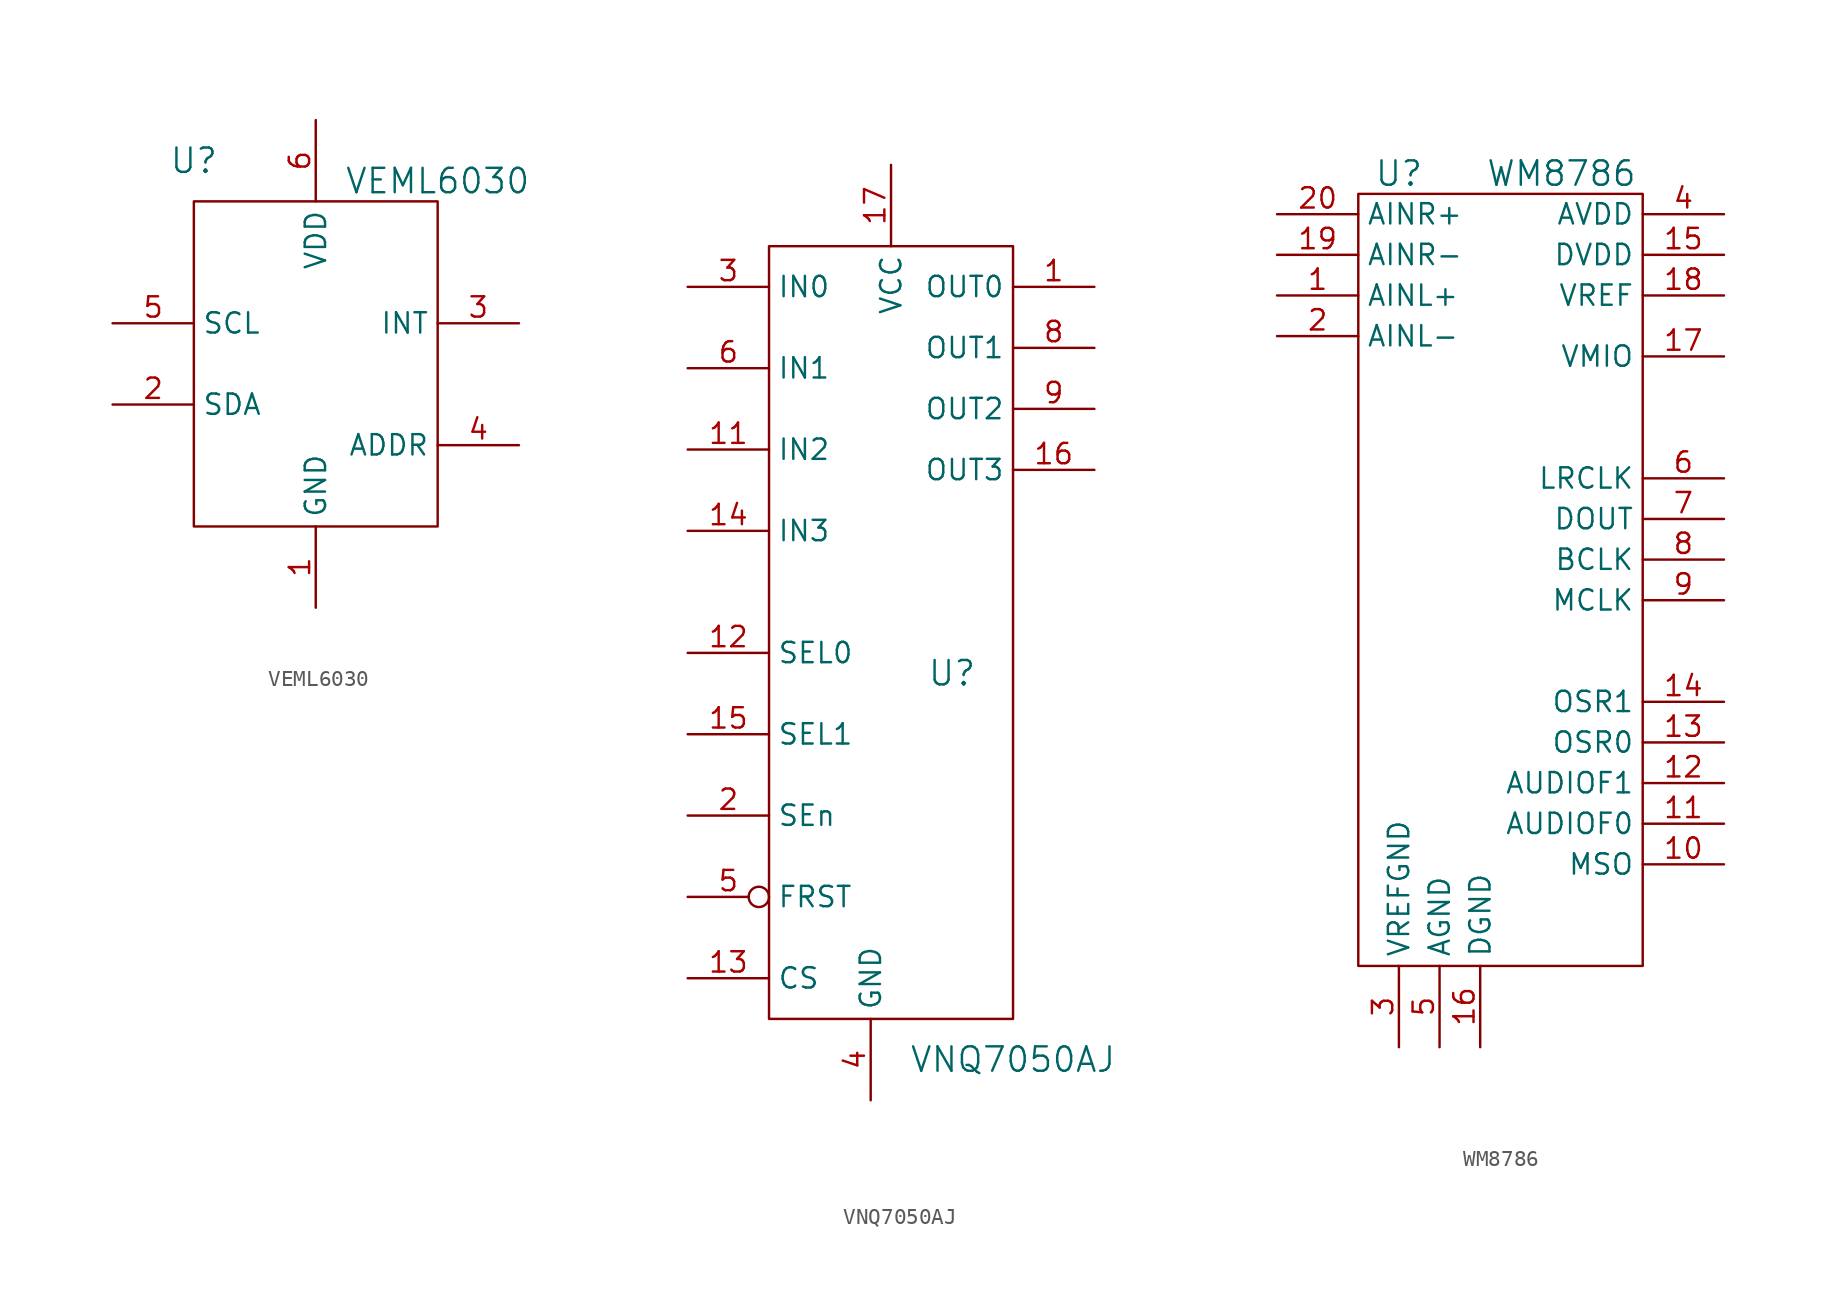
<source format=kicad_sym>
(kicad_symbol_lib
  (version 20220914)
  (generator kicad_symbol_editor)
  (symbol "VEML6030"
    (property "Reference" "U"
      (at -7.62 15.24 0)
      (effects (font (size 1.524 1.524))))
    (property "Value" "VEML6030"
      (at 7.62 13.97 0)
      (effects (font (size 1.524 1.524))))
    (property "Footprint" ""
      (at 0 0 0)
      (effects (font (size 1.524 1.524))))
    (property "Datasheet" ""
      (at 0 0 0)
      (effects (font (size 1.524 1.524))))
    (symbol "VEML6030_0_1"
      (rectangle (start -7.62 12.7) (end 7.62 -7.62) (stroke (width 0) (type default)) (fill (type none))))
    (symbol "VEML6030_1_1"
      (pin unspecified line (at 0 -12.7 90) (length 5.08) (name "GND" (effects (font (size 1.27 1.27)))) (number "1" (effects (font (size 1.27 1.27)))))
      (pin unspecified line (at -12.7 0 0) (length 5.08) (name "SDA" (effects (font (size 1.27 1.27)))) (number "2" (effects (font (size 1.27 1.27)))))
      (pin unspecified line (at 12.7 5.08 180) (length 5.08) (name "INT" (effects (font (size 1.27 1.27)))) (number "3" (effects (font (size 1.27 1.27)))))
      (pin unspecified line (at 12.7 -2.54 180) (length 5.08) (name "ADDR" (effects (font (size 1.27 1.27)))) (number "4" (effects (font (size 1.27 1.27)))))
      (pin unspecified line (at -12.7 5.08 0) (length 5.08) (name "SCL" (effects (font (size 1.27 1.27)))) (number "5" (effects (font (size 1.27 1.27)))))
      (pin unspecified line (at 0 17.78 270) (length 5.08) (name "VDD" (effects (font (size 1.27 1.27)))) (number "6" (effects (font (size 1.27 1.27)))))))
  (symbol "VNQ7050AJ"
    (property "Reference" "U"
      (at 3.81 0 0)
      (effects (font (size 1.524 1.524))))
    (property "Value" "VNQ7050AJ"
      (at 7.62 -24.13 0)
      (effects (font (size 1.524 1.524))))
    (symbol "VNQ7050AJ_0_1"
      (rectangle (start -7.62 26.67) (end 7.62 -21.59) (stroke (width 0) (type default)) (fill (type none))))
    (symbol "VNQ7050AJ_1_1"
      (pin unspecified line (at 12.7 24.13 180) (length 5.08) (name "OUT0" (effects (font (size 1.27 1.27)))) (number "1" (effects (font (size 1.27 1.27)))))
      (pin unspecified line (at -12.7 13.97 0) (length 5.08) (name "IN2" (effects (font (size 1.27 1.27)))) (number "11" (effects (font (size 1.27 1.27)))))
      (pin unspecified line (at -12.7 1.27 0) (length 5.08) (name "SEL0" (effects (font (size 1.27 1.27)))) (number "12" (effects (font (size 1.27 1.27)))))
      (pin unspecified line (at -12.7 -19.05 0) (length 5.08) (name "CS" (effects (font (size 1.27 1.27)))) (number "13" (effects (font (size 1.27 1.27)))))
      (pin unspecified line (at -12.7 8.89 0) (length 5.08) (name "IN3" (effects (font (size 1.27 1.27)))) (number "14" (effects (font (size 1.27 1.27)))))
      (pin unspecified line (at -12.7 -3.81 0) (length 5.08) (name "SEL1" (effects (font (size 1.27 1.27)))) (number "15" (effects (font (size 1.27 1.27)))))
      (pin unspecified line (at 12.7 12.7 180) (length 5.08) (name "OUT3" (effects (font (size 1.27 1.27)))) (number "16" (effects (font (size 1.27 1.27)))))
      (pin unspecified line (at 0 31.75 270) (length 5.08) (name "VCC" (effects (font (size 1.27 1.27)))) (number "17" (effects (font (size 1.27 1.27)))))
      (pin unspecified line (at -12.7 -8.89 0) (length 5.08) (name "SEn" (effects (font (size 1.27 1.27)))) (number "2" (effects (font (size 1.27 1.27)))))
      (pin unspecified line (at -12.7 24.13 0) (length 5.08) (name "IN0" (effects (font (size 1.27 1.27)))) (number "3" (effects (font (size 1.27 1.27)))))
      (pin unspecified line (at -1.27 -26.67 90) (length 5.08) (name "GND" (effects (font (size 1.27 1.27)))) (number "4" (effects (font (size 1.27 1.27)))))
      (pin unspecified inverted (at -12.7 -13.97 0) (length 5.08) (name "FRST" (effects (font (size 1.27 1.27)))) (number "5" (effects (font (size 1.27 1.27)))))
      (pin unspecified line (at -12.7 19.05 0) (length 5.08) (name "IN1" (effects (font (size 1.27 1.27)))) (number "6" (effects (font (size 1.27 1.27)))))
      (pin unspecified line (at 12.7 20.32 180) (length 5.08) (name "OUT1" (effects (font (size 1.27 1.27)))) (number "8" (effects (font (size 1.27 1.27)))))
      (pin unspecified line (at 12.7 16.51 180) (length 5.08) (name "OUT2" (effects (font (size 1.27 1.27)))) (number "9" (effects (font (size 1.27 1.27)))))))
  (symbol "WM8786"
    (property "Reference" "U"
      (at -6.35 19.05 0)
      (effects (font (size 1.524 1.524))))
    (property "Value" "WM8786"
      (at 3.81 19.05 0)
      (effects (font (size 1.524 1.524))))
    (property "Footprint" ""
      (at -1.27 -10.16 0)
      (effects (font (size 1.524 1.524))))
    (property "Datasheet" ""
      (at -1.27 -10.16 0)
      (effects (font (size 1.524 1.524))))
    (symbol "WM8786_0_1"
      (rectangle (start -8.89 17.78) (end 8.89 -30.48) (stroke (width 0) (type default)) (fill (type none))))
    (symbol "WM8786_1_1"
      (pin bidirectional line (at -13.97 11.43 0) (length 5.08) (name "AINL+" (effects (font (size 1.27 1.27)))) (number "1" (effects (font (size 1.27 1.27)))))
      (pin bidirectional line (at 13.97 -24.13 180) (length 5.08) (name "MSO" (effects (font (size 1.27 1.27)))) (number "10" (effects (font (size 1.27 1.27)))))
      (pin bidirectional line (at 13.97 -21.59 180) (length 5.08) (name "AUDIOF0" (effects (font (size 1.27 1.27)))) (number "11" (effects (font (size 1.27 1.27)))))
      (pin bidirectional line (at 13.97 -19.05 180) (length 5.08) (name "AUDIOF1" (effects (font (size 1.27 1.27)))) (number "12" (effects (font (size 1.27 1.27)))))
      (pin bidirectional line (at 13.97 -16.51 180) (length 5.08) (name "OSR0" (effects (font (size 1.27 1.27)))) (number "13" (effects (font (size 1.27 1.27)))))
      (pin bidirectional line (at 13.97 -13.97 180) (length 5.08) (name "OSR1" (effects (font (size 1.27 1.27)))) (number "14" (effects (font (size 1.27 1.27)))))
      (pin bidirectional line (at 13.97 13.97 180) (length 5.08) (name "DVDD" (effects (font (size 1.27 1.27)))) (number "15" (effects (font (size 1.27 1.27)))))
      (pin bidirectional line (at -1.27 -35.56 90) (length 5.08) (name "DGND" (effects (font (size 1.27 1.27)))) (number "16" (effects (font (size 1.27 1.27)))))
      (pin bidirectional line (at 13.97 7.62 180) (length 5.08) (name "VMIO" (effects (font (size 1.27 1.27)))) (number "17" (effects (font (size 1.27 1.27)))))
      (pin bidirectional line (at 13.97 11.43 180) (length 5.08) (name "VREF" (effects (font (size 1.27 1.27)))) (number "18" (effects (font (size 1.27 1.27)))))
      (pin bidirectional line (at -13.97 13.97 0) (length 5.08) (name "AINR-" (effects (font (size 1.27 1.27)))) (number "19" (effects (font (size 1.27 1.27)))))
      (pin bidirectional line (at -13.97 8.89 0) (length 5.08) (name "AINL-" (effects (font (size 1.27 1.27)))) (number "2" (effects (font (size 1.27 1.27)))))
      (pin bidirectional line (at -13.97 16.51 0) (length 5.08) (name "AINR+" (effects (font (size 1.27 1.27)))) (number "20" (effects (font (size 1.27 1.27)))))
      (pin bidirectional line (at -6.35 -35.56 90) (length 5.08) (name "VREFGND" (effects (font (size 1.27 1.27)))) (number "3" (effects (font (size 1.27 1.27)))))
      (pin bidirectional line (at 13.97 16.51 180) (length 5.08) (name "AVDD" (effects (font (size 1.27 1.27)))) (number "4" (effects (font (size 1.27 1.27)))))
      (pin bidirectional line (at -3.81 -35.56 90) (length 5.08) (name "AGND" (effects (font (size 1.27 1.27)))) (number "5" (effects (font (size 1.27 1.27)))))
      (pin bidirectional line (at 13.97 0 180) (length 5.08) (name "LRCLK" (effects (font (size 1.27 1.27)))) (number "6" (effects (font (size 1.27 1.27)))))
      (pin bidirectional line (at 13.97 -2.54 180) (length 5.08) (name "DOUT" (effects (font (size 1.27 1.27)))) (number "7" (effects (font (size 1.27 1.27)))))
      (pin bidirectional line (at 13.97 -5.08 180) (length 5.08) (name "BCLK" (effects (font (size 1.27 1.27)))) (number "8" (effects (font (size 1.27 1.27)))))
      (pin bidirectional line (at 13.97 -7.62 180) (length 5.08) (name "MCLK" (effects (font (size 1.27 1.27)))) (number "9" (effects (font (size 1.27 1.27))))))))
</source>
